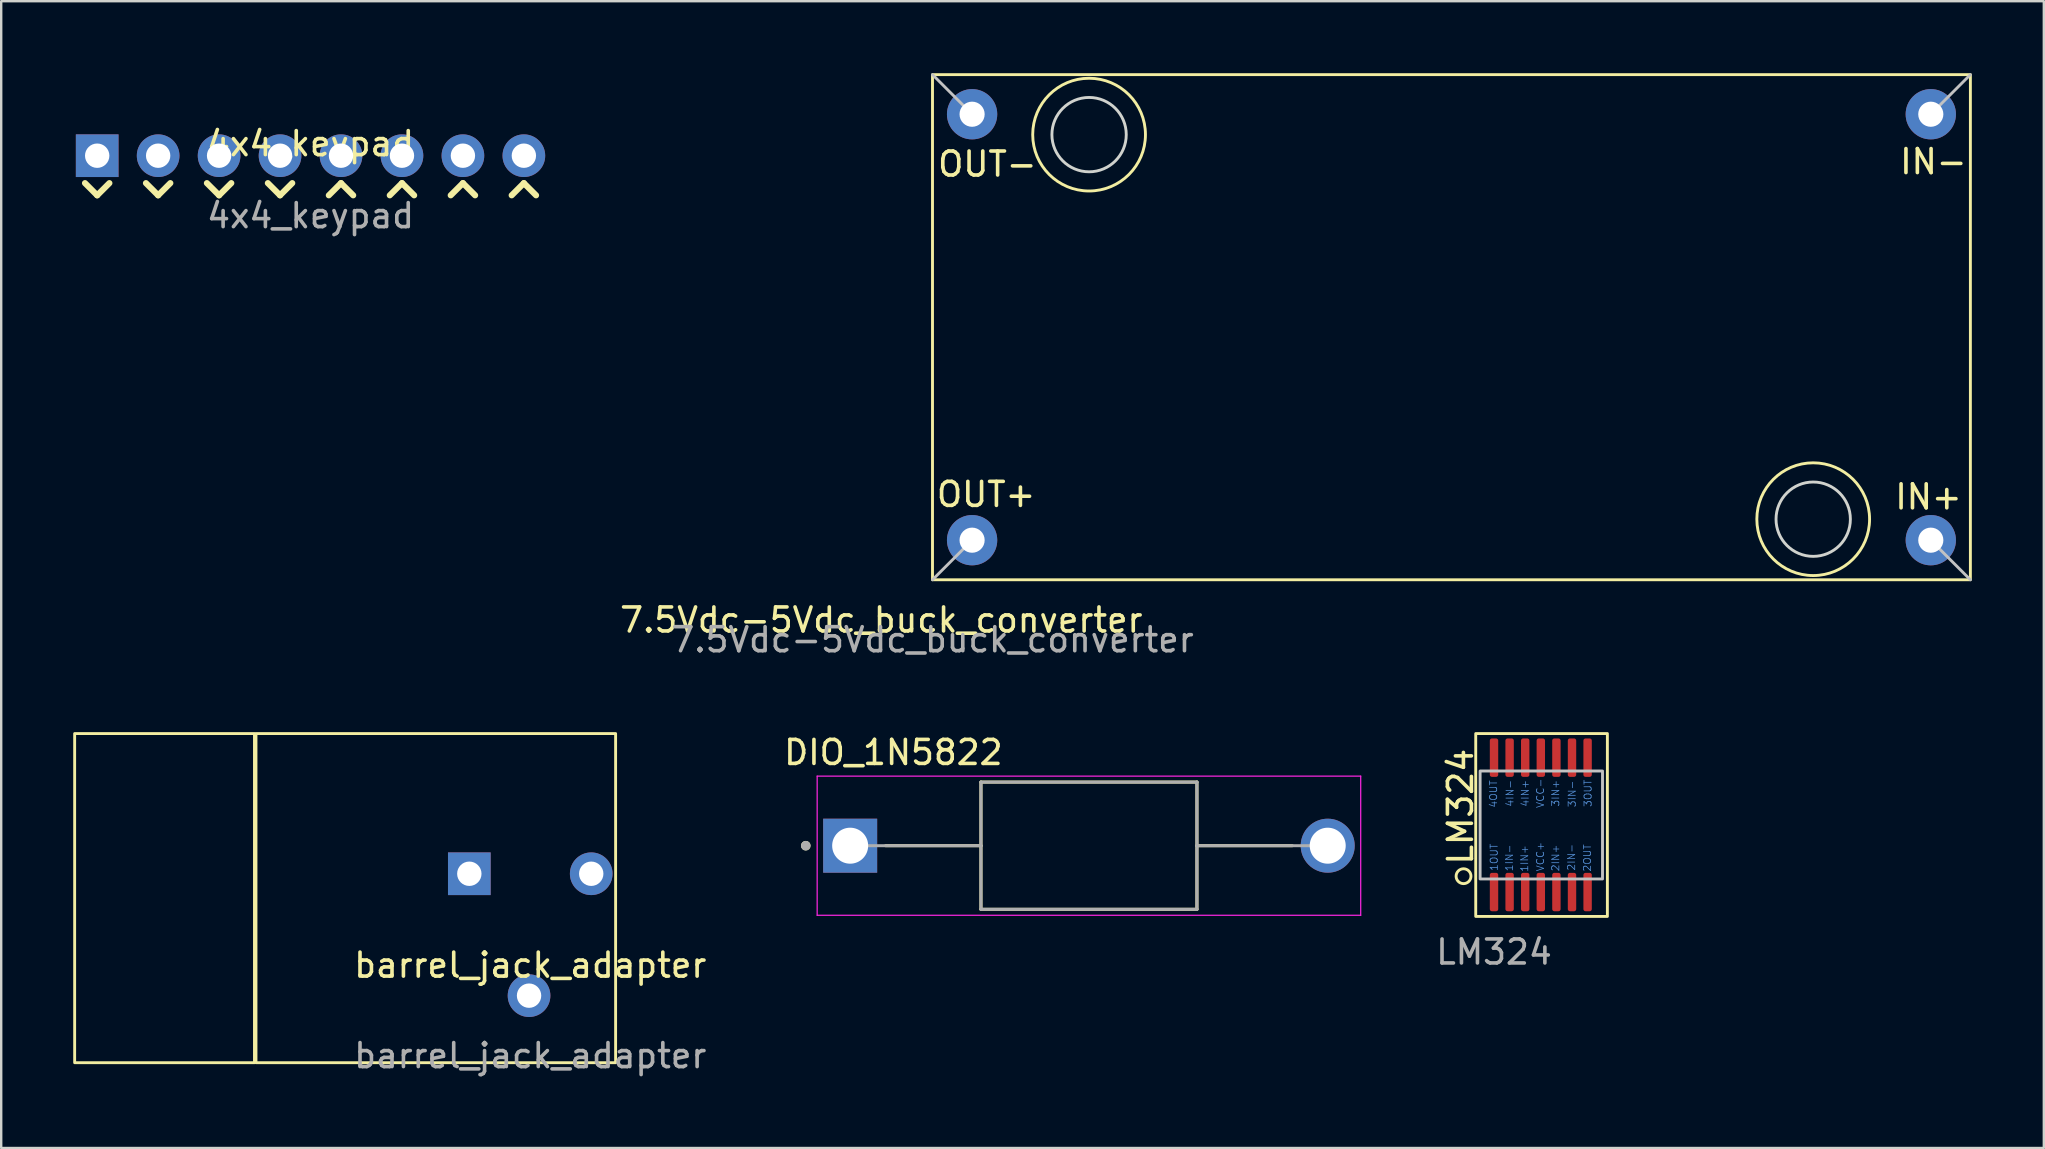
<source format=kicad_pcb>
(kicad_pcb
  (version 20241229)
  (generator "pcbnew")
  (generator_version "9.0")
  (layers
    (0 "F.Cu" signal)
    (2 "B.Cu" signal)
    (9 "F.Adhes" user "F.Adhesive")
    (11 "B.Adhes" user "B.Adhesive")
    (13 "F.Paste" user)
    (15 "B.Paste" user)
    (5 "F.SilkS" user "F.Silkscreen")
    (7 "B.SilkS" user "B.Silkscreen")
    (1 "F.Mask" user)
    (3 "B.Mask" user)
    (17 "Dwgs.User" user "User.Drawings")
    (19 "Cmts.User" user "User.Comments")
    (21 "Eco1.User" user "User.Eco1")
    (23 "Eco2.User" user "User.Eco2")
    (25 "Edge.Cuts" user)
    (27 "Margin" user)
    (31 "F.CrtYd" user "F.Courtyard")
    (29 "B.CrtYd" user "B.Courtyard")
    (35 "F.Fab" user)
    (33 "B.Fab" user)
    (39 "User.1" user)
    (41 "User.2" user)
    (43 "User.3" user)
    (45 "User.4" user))
  (footprint "DIO_1N5822"
    (layer "F.Cu")
    (at 42.327 32.191)
    (property "Reference" "DIO_1N5822" (at -8.15 -3.885 0) (layer "F.SilkS") (effects (font (size 1 1) (thickness 0.15))))
    (attr through_hole)
    (fp_line (start -4.5 -2.65) (end -4.5 0) (stroke (width 0.127) (type solid)) (layer "F.SilkS"))
    (fp_line (start -4.5 0) (end -8.47 0) (stroke (width 0.127) (type solid)) (layer "F.SilkS"))
    (fp_line (start -4.5 0) (end -4.5 2.65) (stroke (width 0.127) (type solid)) (layer "F.SilkS"))
    (fp_line (start -4.5 2.65) (end 4.5 2.65) (stroke (width 0.127) (type solid)) (layer "F.SilkS"))
    (fp_line (start 4.5 -2.65) (end -4.5 -2.65) (stroke (width 0.127) (type solid)) (layer "F.SilkS"))
    (fp_line (start 4.5 0) (end 4.5 -2.65) (stroke (width 0.127) (type solid)) (layer "F.SilkS"))
    (fp_line (start 4.5 0) (end 8.47 0) (stroke (width 0.127) (type solid)) (layer "F.SilkS"))
    (fp_line (start 4.5 2.65) (end 4.5 0) (stroke (width 0.127) (type solid)) (layer "F.SilkS"))
    (fp_circle (center -11.8 0) (end -11.7 0) (stroke (width 0.2) (type solid)) (fill no) (layer "F.SilkS"))
    (fp_line (start -11.325 -2.9) (end -11.325 2.9) (stroke (width 0.05) (type solid)) (layer "F.CrtYd"))
    (fp_line (start -11.325 2.9) (end 11.325 2.9) (stroke (width 0.05) (type solid)) (layer "F.CrtYd"))
    (fp_line (start 11.325 -2.9) (end -11.325 -2.9) (stroke (width 0.05) (type solid)) (layer "F.CrtYd"))
    (fp_line (start 11.325 2.9) (end 11.325 -2.9) (stroke (width 0.05) (type solid)) (layer "F.CrtYd"))
    (fp_line (start -4.5 -2.65) (end -4.5 0) (stroke (width 0.127) (type solid)) (layer "F.Fab"))
    (fp_line (start -4.5 0) (end -9.95 0) (stroke (width 0.127) (type solid)) (layer "F.Fab"))
    (fp_line (start -4.5 0) (end -4.5 2.65) (stroke (width 0.127) (type solid)) (layer "F.Fab"))
    (fp_line (start -4.5 2.65) (end 4.5 2.65) (stroke (width 0.127) (type solid)) (layer "F.Fab"))
    (fp_line (start 4.5 -2.65) (end -4.5 -2.65) (stroke (width 0.127) (type solid)) (layer "F.Fab"))
    (fp_line (start 4.5 0) (end 4.5 -2.65) (stroke (width 0.127) (type solid)) (layer "F.Fab"))
    (fp_line (start 4.5 0) (end 9.95 0) (stroke (width 0.127) (type solid)) (layer "F.Fab"))
    (fp_line (start 4.5 2.65) (end 4.5 0) (stroke (width 0.127) (type solid)) (layer "F.Fab"))
    (fp_circle (center -11.8 0) (end -11.7 0) (stroke (width 0.2) (type solid)) (fill no) (layer "F.Fab"))
    (pad "A" thru_hole circle (at 9.95 0) (size 2.25 2.25) (drill 1.5) (layers "*.Cu" "*.Mask"))
    (pad "C" thru_hole rect (at -9.95 0) (size 2.25 2.25) (drill 1.5) (layers "*.Cu" "*.Mask")))
  (footprint "4x4_keypad"
    (layer "F.Cu")
    (at 9.89 3.438)
    (property "Reference" "4x4_keypad" (at 0 -0.5 0) (unlocked yes) (layer "F.SilkS") (effects (font (size 1 1) (thickness 0.15))))
    (attr through_hole)
    (fp_rect (start -9.83 -0.94) (end -7.95 0.94) (stroke (width 0.12) (type solid)) (fill no) (layer "F.Mask"))
    (fp_rect (start -5.842 -1.499) (end -7.722 -3.378) (stroke (width 0.12) (type solid)) (fill no) (layer "B.Mask"))
    (fp_line (start -9.398 1.143) (end -8.89 1.651) (stroke (width 0.254) (type solid)) (layer "F.SilkS"))
    (fp_line (start -8.89 1.651) (end -8.382 1.143) (stroke (width 0.254) (type solid)) (layer "F.SilkS"))
    (fp_line (start -6.858 1.143) (end -6.35 1.651) (stroke (width 0.254) (type solid)) (layer "F.SilkS"))
    (fp_line (start -6.35 1.651) (end -5.842 1.143) (stroke (width 0.254) (type solid)) (layer "F.SilkS"))
    (fp_line (start -4.318 1.143) (end -3.81 1.651) (stroke (width 0.254) (type solid)) (layer "F.SilkS"))
    (fp_line (start -3.81 1.651) (end -3.302 1.143) (stroke (width 0.254) (type solid)) (layer "F.SilkS"))
    (fp_line (start -1.778 1.143) (end -1.27 1.651) (stroke (width 0.254) (type solid)) (layer "F.SilkS"))
    (fp_line (start -1.27 1.651) (end -0.762 1.143) (stroke (width 0.254) (type solid)) (layer "F.SilkS"))
    (fp_line (start 1.27 1.143) (end 0.762 1.651) (stroke (width 0.254) (type solid)) (layer "F.SilkS"))
    (fp_line (start 1.778 1.651) (end 1.27 1.143) (stroke (width 0.254) (type solid)) (layer "F.SilkS"))
    (fp_line (start 3.81 1.143) (end 3.302 1.651) (stroke (width 0.254) (type solid)) (layer "F.SilkS"))
    (fp_line (start 4.318 1.651) (end 3.81 1.143) (stroke (width 0.254) (type solid)) (layer "F.SilkS"))
    (fp_line (start 6.35 1.143) (end 5.842 1.651) (stroke (width 0.254) (type solid)) (layer "F.SilkS"))
    (fp_line (start 6.858 1.651) (end 6.35 1.143) (stroke (width 0.254) (type solid)) (layer "F.SilkS"))
    (fp_line (start 8.89 1.143) (end 8.382 1.651) (stroke (width 0.254) (type solid)) (layer "F.SilkS"))
    (fp_line (start 9.398 1.651) (end 8.89 1.143) (stroke (width 0.254) (type solid)) (layer "F.SilkS"))
    (fp_text user "${REFERENCE}" (at 0 2.5 0) (unlocked yes) (layer "F.Fab") (effects (font (size 1 1) (thickness 0.15))))
    (pad "1" thru_hole rect (at -8.89 0) (size 1.778 1.778) (drill 1.016) (layers "*.Cu" "*.Mask"))
    (pad "2" thru_hole circle (at -6.35 0 90) (size 1.778 1.778) (drill 1.016) (layers "*.Cu" "*.Mask"))
    (pad "3" thru_hole circle (at -3.81 0 90) (size 1.778 1.778) (drill 1.016) (layers "*.Cu" "*.Mask"))
    (pad "4" thru_hole circle (at -1.27 0 90) (size 1.778 1.778) (drill 1.016) (layers "*.Cu" "*.Mask"))
    (pad "5" thru_hole circle (at 1.27 0 90) (size 1.778 1.778) (drill 1.016) (layers "*.Cu" "*.Mask"))
    (pad "6" thru_hole circle (at 3.81 0 90) (size 1.778 1.778) (drill 1.016) (layers "*.Cu" "*.Mask"))
    (pad "7" thru_hole circle (at 6.35 0 90) (size 1.778 1.778) (drill 1.016) (layers "*.Cu" "*.Mask"))
    (pad "8" thru_hole circle (at 8.89 0 90) (size 1.778 1.778) (drill 1.016) (layers "*.Cu" "*.Mask")))
  (footprint "barrel_jack_adapter"
    (layer "F.Cu")
    (at 19.047 38.44)
    (property "Reference" "barrel_jack_adapter" (at 0 -1.27 0) (unlocked yes) (layer "F.SilkS") (effects (font (size 1 1) (thickness 0.15))))
    (attr smd)
    (fp_rect (start -3.48 -6.02) (end -1.6 -4.14) (stroke (width 0.12) (type solid)) (fill no) (layer "F.Mask"))
    (fp_rect (start -1.6 -4.14) (end -3.48 -6.02) (stroke (width 0.12) (type solid)) (fill no) (layer "B.Mask"))
    (fp_rect (start -11.493 2.794) (end -18.986 -10.922) (stroke (width 0.12) (type solid)) (fill no) (layer "F.SilkS"))
    (fp_rect (start 3.556 2.794) (end -11.43 -10.922) (stroke (width 0.12) (type solid)) (fill no) (layer "F.SilkS"))
    (fp_text user "${REFERENCE}" (at 0 2.5 0) (unlocked yes) (layer "F.Fab") (effects (font (size 1 1) (thickness 0.15))))
    (pad "1" thru_hole rect (at -2.54 -5.08) (size 1.778 1.778) (drill 1.016) (layers "*.Cu" "*.Mask"))
    (pad "2" thru_hole circle (at -0.051 0 270) (size 1.778 1.778) (drill 1.016) (layers "*.Cu" "*.Mask"))
    (pad "3" thru_hole circle (at 2.54 -5.08 270) (size 1.778 1.778) (drill 1.016) (layers "*.Cu" "*.Mask")))
  (footprint "LM324"
    (layer "F.Cu")
    (at 59.207 34.122)
    (property "Reference" "LM324" (at -1.397 -3.556 90) (unlocked yes) (layer "F.SilkS") (effects (font (size 1 1) (thickness 0.15))))
    (attr smd)
    (fp_rect (start -0.762 1.016) (end 4.724 -6.604) (stroke (width 0.12) (type solid)) (fill no) (layer "F.SilkS"))
    (fp_circle (center -1.27 -0.66) (end -1.524 -0.483) (stroke (width 0.12) (type solid)) (fill no) (layer "F.SilkS"))
    (fp_rect (start -0.579 -0.544) (end 4.521 -5.044) (stroke (width 0.12) (type solid)) (fill no) (layer "Dwgs.User"))
    (fp_text user "2OUT" (at 3.886 -1.422 90) (unlocked yes) (layer "Cmts.User") (effects (font (size 0.3 0.3) (thickness 0.03))))
    (fp_text user "1IN+" (at 1.27 -1.397 90) (unlocked yes) (layer "Cmts.User") (effects (font (size 0.3 0.3) (thickness 0.03))))
    (fp_text user "4OUT" (at -0.025 -4.089 90) (unlocked yes) (layer "Cmts.User") (effects (font (size 0.3 0.3) (thickness 0.03))))
    (fp_text user "VCC+" (at 1.93 -1.473 90) (unlocked yes) (layer "Cmts.User") (effects (font (size 0.3 0.3) (thickness 0.03))))
    (fp_text user "2IN-" (at 3.226 -1.448 90) (unlocked yes) (layer "Cmts.User") (effects (font (size 0.3 0.3) (thickness 0.03))))
    (fp_text user "1OUT" (at 0 -1.448 90) (unlocked yes) (layer "Cmts.User") (effects (font (size 0.3 0.3) (thickness 0.03))))
    (fp_text user "1IN-" (at 0.635 -1.422 90) (unlocked yes) (layer "Cmts.User") (effects (font (size 0.3 0.3) (thickness 0.03))))
    (fp_text user "3OUT" (at 3.912 -4.115 90) (unlocked yes) (layer "Cmts.User") (effects (font (size 0.3 0.3) (thickness 0.03))))
    (fp_text user "VCC-" (at 1.93 -4.115 90) (unlocked yes) (layer "Cmts.User") (effects (font (size 0.3 0.3) (thickness 0.03))))
    (fp_text user "2IN+" (at 2.565 -1.422 90) (unlocked yes) (layer "Cmts.User") (effects (font (size 0.3 0.3) (thickness 0.03))))
    (fp_text user "4IN-" (at 0.66 -4.115 90) (unlocked yes) (layer "Cmts.User") (effects (font (size 0.3 0.3) (thickness 0.03))))
    (fp_text user "4IN+" (at 1.295 -4.115 90) (unlocked yes) (layer "Cmts.User") (effects (font (size 0.3 0.3) (thickness 0.03))))
    (fp_text user "3IN-" (at 3.251 -4.089 90) (unlocked yes) (layer "Cmts.User") (effects (font (size 0.3 0.3) (thickness 0.03))))
    (fp_text user "3IN+" (at 2.565 -4.115 90) (unlocked yes) (layer "Cmts.User") (effects (font (size 0.3 0.3) (thickness 0.03))))
    (fp_text user "${REFERENCE}" (at 0 2.5 0) (unlocked yes) (layer "F.Fab") (effects (font (size 1 1) (thickness 0.15))))
    (pad "1" smd roundrect (at 0 0) (size 0.35 1.6) (layers "F.Cu" "F.Mask" "F.Paste") (roundrect_rratio 0.25))
    (pad "2" smd roundrect (at 0.65 0) (size 0.35 1.6) (layers "F.Cu" "F.Mask" "F.Paste") (roundrect_rratio 0.25))
    (pad "3" smd roundrect (at 1.3 0) (size 0.35 1.6) (layers "F.Cu" "F.Mask" "F.Paste") (roundrect_rratio 0.25))
    (pad "4" smd roundrect (at 1.95 0) (size 0.35 1.6) (layers "F.Cu" "F.Mask" "F.Paste") (roundrect_rratio 0.25))
    (pad "5" smd roundrect (at 2.6 0) (size 0.35 1.6) (layers "F.Cu" "F.Mask" "F.Paste") (roundrect_rratio 0.25))
    (pad "6" smd roundrect (at 3.25 0) (size 0.35 1.6) (layers "F.Cu" "F.Mask" "F.Paste") (roundrect_rratio 0.25))
    (pad "7" smd roundrect (at 3.9 0) (size 0.35 1.6) (layers "F.Cu" "F.Mask" "F.Paste") (roundrect_rratio 0.25))
    (pad "8" smd roundrect (at 3.9 -5.6) (size 0.35 1.6) (layers "F.Cu" "F.Mask" "F.Paste") (roundrect_rratio 0.25))
    (pad "9" smd roundrect (at 3.25 -5.6) (size 0.35 1.6) (layers "F.Cu" "F.Mask" "F.Paste") (roundrect_rratio 0.25))
    (pad "10" smd roundrect (at 2.6 -5.6) (size 0.35 1.6) (layers "F.Cu" "F.Mask" "F.Paste") (roundrect_rratio 0.25))
    (pad "11" smd roundrect (at 1.95 -5.6) (size 0.35 1.6) (layers "F.Cu" "F.Mask" "F.Paste") (roundrect_rratio 0.25))
    (pad "12" smd roundrect (at 1.3 -5.6) (size 0.35 1.6) (layers "F.Cu" "F.Mask" "F.Paste") (roundrect_rratio 0.25))
    (pad "13" smd roundrect (at 0.65 -5.6) (size 0.35 1.6) (layers "F.Cu" "F.Mask" "F.Paste") (roundrect_rratio 0.25))
    (pad "14" smd roundrect (at 0 -5.6) (size 0.35 1.6) (layers "F.Cu" "F.Mask" "F.Paste") (roundrect_rratio 0.25)))
  (footprint "7.5Vdc-5Vdc_buck_converter"
    (layer "F.Cu")
    (at 35.808 21.11)
    (property "Reference" "7.5Vdc-5Vdc_buck_converter" (at -2.134 1.676 0) (unlocked yes) (layer "F.SilkS") (effects (font (size 1 1) (thickness 0.15))))
    (attr through_hole)
    (fp_rect (start 0 0) (end 43.25 -21.05) (stroke (width 0.12) (type solid)) (fill no) (layer "F.SilkS"))
    (fp_circle (center 6.525 -18.55) (end 8.874 -18.55) (stroke (width 0.12) (type solid)) (fill no) (layer "F.SilkS"))
    (fp_circle (center 36.7 -2.525) (end 39.049 -2.525) (stroke (width 0.12) (type solid)) (fill no) (layer "F.SilkS"))
    (fp_line (start 0 -21.05) (end 1.65 -19.4) (stroke (width 0.12) (type solid)) (layer "Dwgs.User"))
    (fp_line (start 0 0) (end 1.65 -1.65) (stroke (width 0.12) (type solid)) (layer "Dwgs.User"))
    (fp_line (start 43.25 -21.05) (end 41.6 -19.4) (stroke (width 0.12) (type solid)) (layer "Dwgs.User"))
    (fp_line (start 43.25 0) (end 41.6 -1.65) (stroke (width 0.12) (type solid)) (layer "Dwgs.User"))
    (fp_circle (center 6.525 -18.55) (end 8.074 -18.55) (stroke (width 0.12) (type solid)) (fill no) (layer "Edge.Cuts"))
    (fp_circle (center 36.7 -2.525) (end 38.249 -2.525) (stroke (width 0.12) (type solid)) (fill no) (layer "Edge.Cuts"))
    (fp_text user "IN+" (at 41.504 -3.454 0) (unlocked yes) (layer "F.SilkS") (effects (font (size 1 1) (thickness 0.15))))
    (fp_text user "OUT-" (at 2.286 -17.323 0) (unlocked yes) (layer "F.SilkS") (effects (font (size 1 1) (thickness 0.15))))
    (fp_text user "IN-" (at 41.707 -17.424 0) (unlocked yes) (layer "F.SilkS") (effects (font (size 1 1) (thickness 0.15))))
    (fp_text user "OUT+" (at 2.235 -3.556 0) (unlocked yes) (layer "F.SilkS") (effects (font (size 1 1) (thickness 0.15))))
    (fp_text user "${REFERENCE}" (at 0 2.5 0) (unlocked yes) (layer "F.Fab") (effects (font (size 1 1) (thickness 0.15))))
    (pad "1" thru_hole circle (at 41.6 -1.65) (size 2.096 2.096) (drill 1.048) (layers "*.Cu" "*.Mask"))
    (pad "2" thru_hole circle (at 41.6 -19.4) (size 2.096 2.096) (drill 1.048) (layers "*.Cu" "*.Mask"))
    (pad "3" thru_hole circle (at 1.65 -1.65) (size 2.096 2.096) (drill 1.048) (layers "*.Cu" "*.Mask"))
    (pad "4" thru_hole circle (at 1.65 -19.4) (size 2.096 2.096) (drill 1.048) (layers "*.Cu" "*.Mask")))
  (gr_rect
    (start -3 -3)
    (end 82.118 44.788)
    (stroke (width 0.1) (type default))
    (fill no)
    (layer "Edge.Cuts")))
</source>
